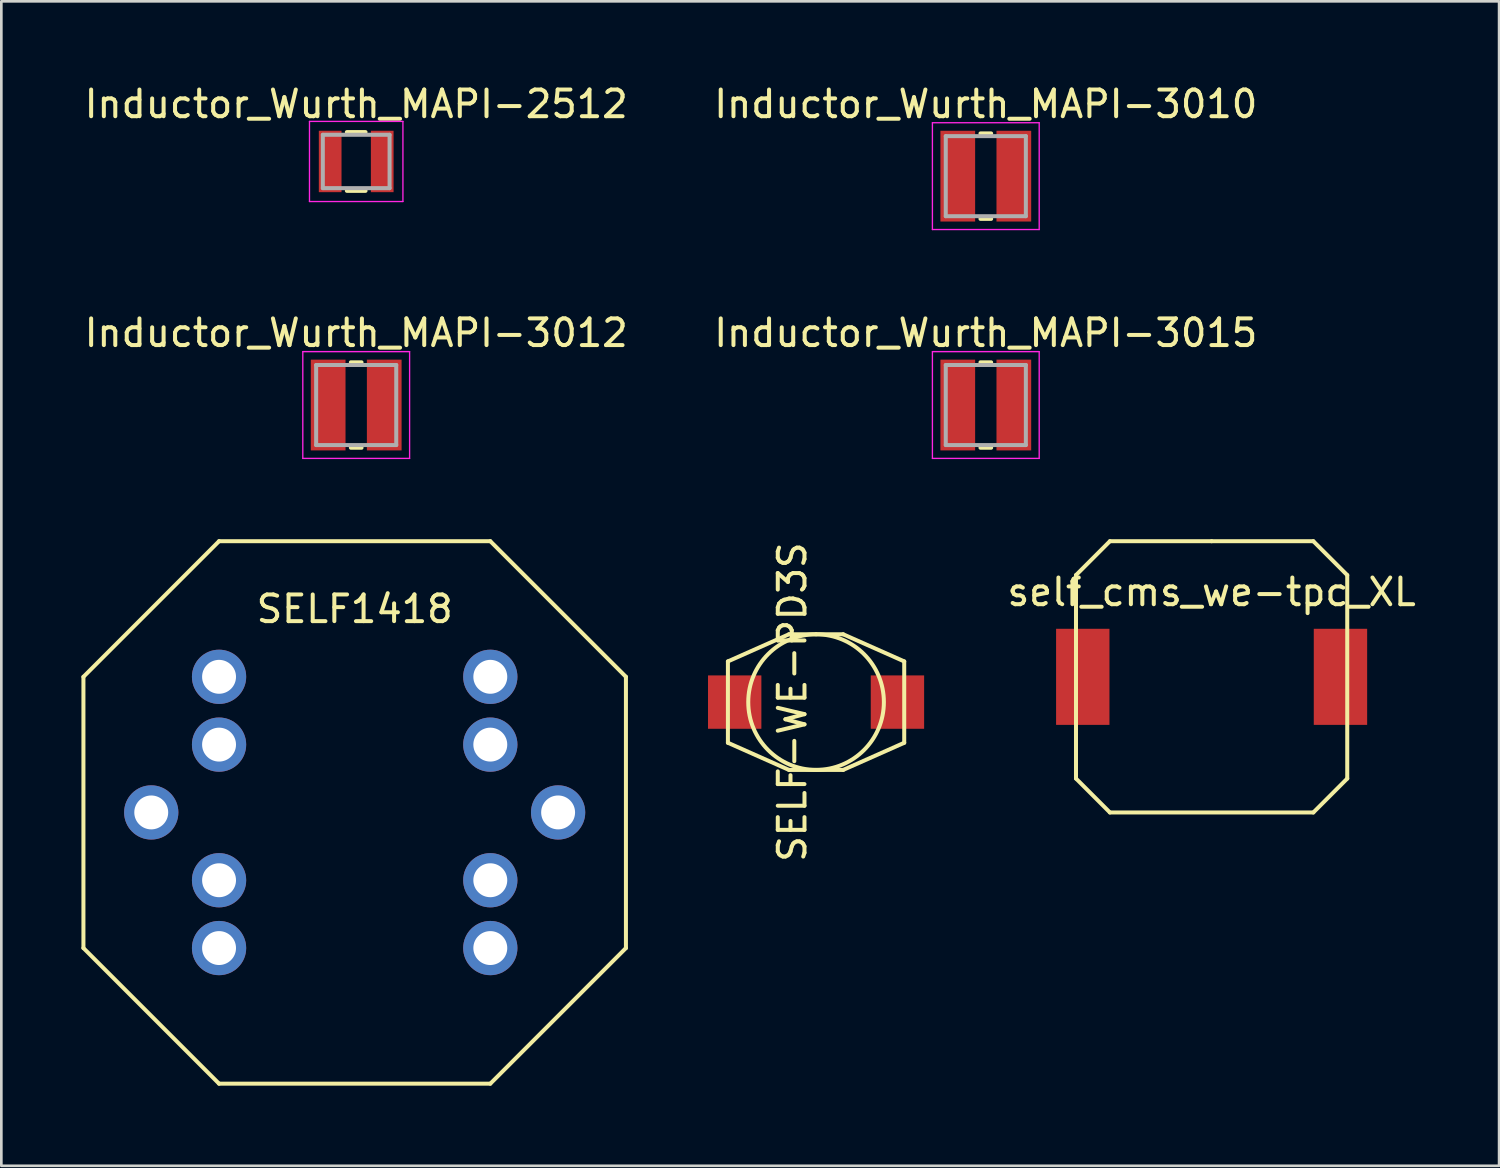
<source format=kicad_pcb>
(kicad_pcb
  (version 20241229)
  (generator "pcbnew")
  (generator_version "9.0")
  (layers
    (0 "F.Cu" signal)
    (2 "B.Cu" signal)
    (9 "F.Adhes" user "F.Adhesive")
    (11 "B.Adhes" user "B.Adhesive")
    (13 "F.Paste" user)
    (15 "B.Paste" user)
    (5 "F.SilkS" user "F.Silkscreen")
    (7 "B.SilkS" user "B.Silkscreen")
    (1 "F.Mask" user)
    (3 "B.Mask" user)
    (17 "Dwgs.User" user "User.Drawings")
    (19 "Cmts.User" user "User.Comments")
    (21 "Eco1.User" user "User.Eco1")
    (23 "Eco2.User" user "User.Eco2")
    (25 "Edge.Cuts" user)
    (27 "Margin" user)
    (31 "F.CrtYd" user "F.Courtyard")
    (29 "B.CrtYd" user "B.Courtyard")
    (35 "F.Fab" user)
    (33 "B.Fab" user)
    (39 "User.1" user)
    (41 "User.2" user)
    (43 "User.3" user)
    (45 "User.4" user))
  (footprint "SELF1418"
    (layer "F.Cu")
    (at 10.235 27.381)
    (property "Reference" "SELF1418" (at 0 -7.62 0) (layer "F.SilkS") (effects (font (size 1 1) (thickness 0.15))))
    (attr through_hole)
    (fp_line (start -10.16 -5.08) (end -10.16 5.08) (stroke (width 0.15) (type solid)) (layer "F.SilkS"))
    (fp_line (start -10.16 5.08) (end -5.08 10.16) (stroke (width 0.15) (type solid)) (layer "F.SilkS"))
    (fp_line (start -5.08 -10.16) (end -10.16 -5.08) (stroke (width 0.15) (type solid)) (layer "F.SilkS"))
    (fp_line (start -5.08 10.16) (end 5.08 10.16) (stroke (width 0.15) (type solid)) (layer "F.SilkS"))
    (fp_line (start 5.08 -10.16) (end -5.08 -10.16) (stroke (width 0.15) (type solid)) (layer "F.SilkS"))
    (fp_line (start 5.08 10.16) (end 10.16 5.08) (stroke (width 0.15) (type solid)) (layer "F.SilkS"))
    (fp_line (start 10.16 -5.08) (end 5.08 -10.16) (stroke (width 0.15) (type solid)) (layer "F.SilkS"))
    (fp_line (start 10.16 5.08) (end 10.16 -5.08) (stroke (width 0.15) (type solid)) (layer "F.SilkS"))
    (pad "" thru_hole circle (at -7.62 0) (size 2.032 2.032) (drill 1.27) (layers "*.Cu" "*.Mask"))
    (pad "" thru_hole circle (at 7.62 0) (size 2.032 2.032) (drill 1.27) (layers "*.Cu" "*.Mask"))
    (pad "1" thru_hole circle (at -5.08 -5.08) (size 2.032 2.032) (drill 1.27) (layers "*.Cu" "*.Mask"))
    (pad "1" thru_hole circle (at -5.08 -2.54) (size 2.032 2.032) (drill 1.27) (layers "*.Cu" "*.Mask"))
    (pad "2" thru_hole circle (at 5.08 -5.08) (size 2.032 2.032) (drill 1.27) (layers "*.Cu" "*.Mask"))
    (pad "2" thru_hole circle (at 5.08 -2.54) (size 2.032 2.032) (drill 1.27) (layers "*.Cu" "*.Mask"))
    (pad "3" thru_hole circle (at 5.08 2.54) (size 2.032 2.032) (drill 1.27) (layers "*.Cu" "*.Mask"))
    (pad "3" thru_hole circle (at 5.08 5.08) (size 2.032 2.032) (drill 1.27) (layers "*.Cu" "*.Mask"))
    (pad "4" thru_hole circle (at -5.08 2.54) (size 2.032 2.032) (drill 1.27) (layers "*.Cu" "*.Mask"))
    (pad "4" thru_hole circle (at -5.08 5.08) (size 2.032 2.032) (drill 1.27) (layers "*.Cu" "*.Mask")))
  (footprint "self_cms_we-tpc_XL"
    (layer "F.Cu")
    (at 42.333 22.302)
    (property "Reference" "self_cms_we-tpc_XL" (at 0 -3.175 0) (layer "F.SilkS") (effects (font (size 1 1) (thickness 0.15))))
    (attr smd)
    (fp_line (start -5.08 -3.81) (end -3.81 -5.08) (stroke (width 0.15) (type solid)) (layer "F.SilkS"))
    (fp_line (start -5.08 3.81) (end -5.08 -3.81) (stroke (width 0.15) (type solid)) (layer "F.SilkS"))
    (fp_line (start -3.81 -5.08) (end 0 -5.08) (stroke (width 0.15) (type solid)) (layer "F.SilkS"))
    (fp_line (start -3.81 5.08) (end -5.08 3.81) (stroke (width 0.15) (type solid)) (layer "F.SilkS"))
    (fp_line (start 0 -5.08) (end 3.81 -5.08) (stroke (width 0.15) (type solid)) (layer "F.SilkS"))
    (fp_line (start 3.81 -5.08) (end 5.08 -3.81) (stroke (width 0.15) (type solid)) (layer "F.SilkS"))
    (fp_line (start 3.81 5.08) (end -3.81 5.08) (stroke (width 0.15) (type solid)) (layer "F.SilkS"))
    (fp_line (start 5.08 -3.81) (end 5.08 3.81) (stroke (width 0.15) (type solid)) (layer "F.SilkS"))
    (fp_line (start 5.08 3.81) (end 3.81 5.08) (stroke (width 0.15) (type solid)) (layer "F.SilkS"))
    (fp_text user "" (at 0 0 0) (layer "F.SilkS") (effects (font (size 1 1) (thickness 0.15))))
    (fp_text user "" (at 0 0 0) (layer "F.SilkS") (effects (font (size 1 1) (thickness 0.15))))
    (pad "1" smd rect (at -4.826 0) (size 1.999 3.599) (layers "F.Cu" "F.Mask" "F.Paste"))
    (pad "2" smd rect (at 4.826 0) (size 1.999 3.599) (layers "F.Cu" "F.Mask" "F.Paste")))
  (footprint "Inductor_Wurth_MAPI-3012"
    (layer "F.Cu")
    (at 10.292 12.121)
    (property "Reference" "Inductor_Wurth_MAPI-3012" (at 0 -2.7 0) (layer "F.SilkS") (effects (font (size 1 1) (thickness 0.15))))
    (attr smd)
    (fp_line (start -0.2 -1.6) (end 0.2 -1.6) (stroke (width 0.15) (type solid)) (layer "F.SilkS"))
    (fp_line (start -0.2 1.6) (end 0.2 1.6) (stroke (width 0.15) (type solid)) (layer "F.SilkS"))
    (fp_line (start -2 -2) (end -2 2) (stroke (width 0.05) (type solid)) (layer "F.CrtYd"))
    (fp_line (start -2 2) (end 2 2) (stroke (width 0.05) (type solid)) (layer "F.CrtYd"))
    (fp_line (start 2 -2) (end -2 -2) (stroke (width 0.05) (type solid)) (layer "F.CrtYd"))
    (fp_line (start 2 2) (end 2 -2) (stroke (width 0.05) (type solid)) (layer "F.CrtYd"))
    (fp_line (start -1.5 -1.5) (end -1.5 1.5) (stroke (width 0.15) (type solid)) (layer "F.Fab"))
    (fp_line (start -1.5 1.5) (end 1.5 1.5) (stroke (width 0.15) (type solid)) (layer "F.Fab"))
    (fp_line (start 1.5 -1.5) (end -1.5 -1.5) (stroke (width 0.15) (type solid)) (layer "F.Fab"))
    (fp_line (start 1.5 1.5) (end 1.5 -1.5) (stroke (width 0.15) (type solid)) (layer "F.Fab"))
    (pad "1" smd rect (at -1.05 0) (size 1.3 3.4) (layers "F.Cu" "F.Mask" "F.Paste"))
    (pad "2" smd rect (at 1.05 0) (size 1.3 3.4) (layers "F.Cu" "F.Mask" "F.Paste")))
  (footprint "SELF-WE-PD3S"
    (layer "F.Cu")
    (at 27.517 23.248)
    (property "Reference" "SELF-WE-PD3S" (at -0.889 0 90) (layer "F.SilkS") (effects (font (size 1 1) (thickness 0.15))))
    (attr smd)
    (fp_line (start -3.302 -1.524) (end -1.016 -2.54) (stroke (width 0.15) (type solid)) (layer "F.SilkS"))
    (fp_line (start -3.302 1.524) (end -3.302 -1.524) (stroke (width 0.15) (type solid)) (layer "F.SilkS"))
    (fp_line (start -1.016 -2.54) (end 0 -2.54) (stroke (width 0.15) (type solid)) (layer "F.SilkS"))
    (fp_line (start -1.016 2.54) (end -3.302 1.524) (stroke (width 0.15) (type solid)) (layer "F.SilkS"))
    (fp_line (start 0 -2.54) (end 1.016 -2.54) (stroke (width 0.15) (type solid)) (layer "F.SilkS"))
    (fp_line (start 1.016 -2.54) (end 3.302 -1.524) (stroke (width 0.15) (type solid)) (layer "F.SilkS"))
    (fp_line (start 1.016 2.54) (end -1.016 2.54) (stroke (width 0.15) (type solid)) (layer "F.SilkS"))
    (fp_line (start 3.302 -1.524) (end 3.302 1.524) (stroke (width 0.15) (type solid)) (layer "F.SilkS"))
    (fp_line (start 3.302 1.524) (end 1.016 2.54) (stroke (width 0.15) (type solid)) (layer "F.SilkS"))
    (fp_circle (center 0 0) (end 0 2.54) (stroke (width 0.15) (type solid)) (fill no) (layer "F.SilkS"))
    (pad "1" smd rect (at -3.048 0) (size 1.999 1.999) (layers "F.Cu" "F.Mask" "F.Paste"))
    (pad "2" smd rect (at 3.048 0) (size 1.999 1.999) (layers "F.Cu" "F.Mask" "F.Paste")))
  (footprint "Inductor_Wurth_MAPI-3015"
    (layer "F.Cu")
    (at 33.875 12.121)
    (property "Reference" "Inductor_Wurth_MAPI-3015" (at 0 -2.7 0) (layer "F.SilkS") (effects (font (size 1 1) (thickness 0.15))))
    (attr smd)
    (fp_line (start -0.2 -1.6) (end 0.2 -1.6) (stroke (width 0.15) (type solid)) (layer "F.SilkS"))
    (fp_line (start -0.2 1.6) (end 0.2 1.6) (stroke (width 0.15) (type solid)) (layer "F.SilkS"))
    (fp_line (start -2 -2) (end -2 2) (stroke (width 0.05) (type solid)) (layer "F.CrtYd"))
    (fp_line (start -2 2) (end 2 2) (stroke (width 0.05) (type solid)) (layer "F.CrtYd"))
    (fp_line (start 2 -2) (end -2 -2) (stroke (width 0.05) (type solid)) (layer "F.CrtYd"))
    (fp_line (start 2 2) (end 2 -2) (stroke (width 0.05) (type solid)) (layer "F.CrtYd"))
    (fp_line (start -1.5 -1.5) (end -1.5 1.5) (stroke (width 0.15) (type solid)) (layer "F.Fab"))
    (fp_line (start -1.5 1.5) (end 1.5 1.5) (stroke (width 0.15) (type solid)) (layer "F.Fab"))
    (fp_line (start 1.5 -1.5) (end -1.5 -1.5) (stroke (width 0.15) (type solid)) (layer "F.Fab"))
    (fp_line (start 1.5 1.5) (end 1.5 -1.5) (stroke (width 0.15) (type solid)) (layer "F.Fab"))
    (pad "1" smd rect (at -1.05 0) (size 1.3 3.4) (layers "F.Cu" "F.Mask" "F.Paste"))
    (pad "2" smd rect (at 1.05 0) (size 1.3 3.4) (layers "F.Cu" "F.Mask" "F.Paste")))
  (footprint "Inductor_Wurth_MAPI-3010"
    (layer "F.Cu")
    (at 33.875 3.548)
    (property "Reference" "Inductor_Wurth_MAPI-3010" (at 0 -2.7 0) (layer "F.SilkS") (effects (font (size 1 1) (thickness 0.15))))
    (attr smd)
    (fp_line (start -0.2 -1.6) (end 0.2 -1.6) (stroke (width 0.15) (type solid)) (layer "F.SilkS"))
    (fp_line (start -0.2 1.6) (end 0.2 1.6) (stroke (width 0.15) (type solid)) (layer "F.SilkS"))
    (fp_line (start -2 -2) (end -2 2) (stroke (width 0.05) (type solid)) (layer "F.CrtYd"))
    (fp_line (start -2 2) (end 2 2) (stroke (width 0.05) (type solid)) (layer "F.CrtYd"))
    (fp_line (start 2 -2) (end -2 -2) (stroke (width 0.05) (type solid)) (layer "F.CrtYd"))
    (fp_line (start 2 2) (end 2 -2) (stroke (width 0.05) (type solid)) (layer "F.CrtYd"))
    (fp_line (start -1.5 -1.5) (end -1.5 1.5) (stroke (width 0.15) (type solid)) (layer "F.Fab"))
    (fp_line (start -1.5 1.5) (end 1.5 1.5) (stroke (width 0.15) (type solid)) (layer "F.Fab"))
    (fp_line (start 1.5 -1.5) (end -1.5 -1.5) (stroke (width 0.15) (type solid)) (layer "F.Fab"))
    (fp_line (start 1.5 1.5) (end 1.5 -1.5) (stroke (width 0.15) (type solid)) (layer "F.Fab"))
    (pad "1" smd rect (at -1.05 0) (size 1.3 3.4) (layers "F.Cu" "F.Mask" "F.Paste"))
    (pad "2" smd rect (at 1.05 0) (size 1.3 3.4) (layers "F.Cu" "F.Mask" "F.Paste")))
  (footprint "Inductor_Wurth_MAPI-2512"
    (layer "F.Cu")
    (at 10.292 2.998)
    (property "Reference" "Inductor_Wurth_MAPI-2512" (at 0 -2.15 0) (layer "F.SilkS") (effects (font (size 1 1) (thickness 0.15))))
    (attr smd)
    (fp_line (start -0.35 -1.1) (end 0.35 -1.1) (stroke (width 0.15) (type solid)) (layer "F.SilkS"))
    (fp_line (start -0.35 1.1) (end 0.35 1.1) (stroke (width 0.15) (type solid)) (layer "F.SilkS"))
    (fp_line (start -1.75 -1.5) (end -1.75 1.5) (stroke (width 0.05) (type solid)) (layer "F.CrtYd"))
    (fp_line (start -1.75 1.5) (end 1.75 1.5) (stroke (width 0.05) (type solid)) (layer "F.CrtYd"))
    (fp_line (start 1.75 -1.5) (end -1.75 -1.5) (stroke (width 0.05) (type solid)) (layer "F.CrtYd"))
    (fp_line (start 1.75 1.5) (end 1.75 -1.5) (stroke (width 0.05) (type solid)) (layer "F.CrtYd"))
    (fp_line (start -1.25 -1) (end -1.25 1) (stroke (width 0.15) (type solid)) (layer "F.Fab"))
    (fp_line (start -1.25 1) (end 1.25 1) (stroke (width 0.15) (type solid)) (layer "F.Fab"))
    (fp_line (start 1.25 -1) (end -1.25 -1) (stroke (width 0.15) (type solid)) (layer "F.Fab"))
    (fp_line (start 1.25 1) (end 1.25 -1) (stroke (width 0.15) (type solid)) (layer "F.Fab"))
    (pad "1" smd rect (at -0.975 0) (size 0.85 2.3) (layers "F.Cu" "F.Mask" "F.Paste"))
    (pad "2" smd rect (at 0.975 0) (size 0.85 2.3) (layers "F.Cu" "F.Mask" "F.Paste")))
  (gr_rect
    (start -3 -3)
    (end 53.101 40.617)
    (stroke (width 0.1) (type default))
    (fill no)
    (layer "Edge.Cuts")))
</source>
